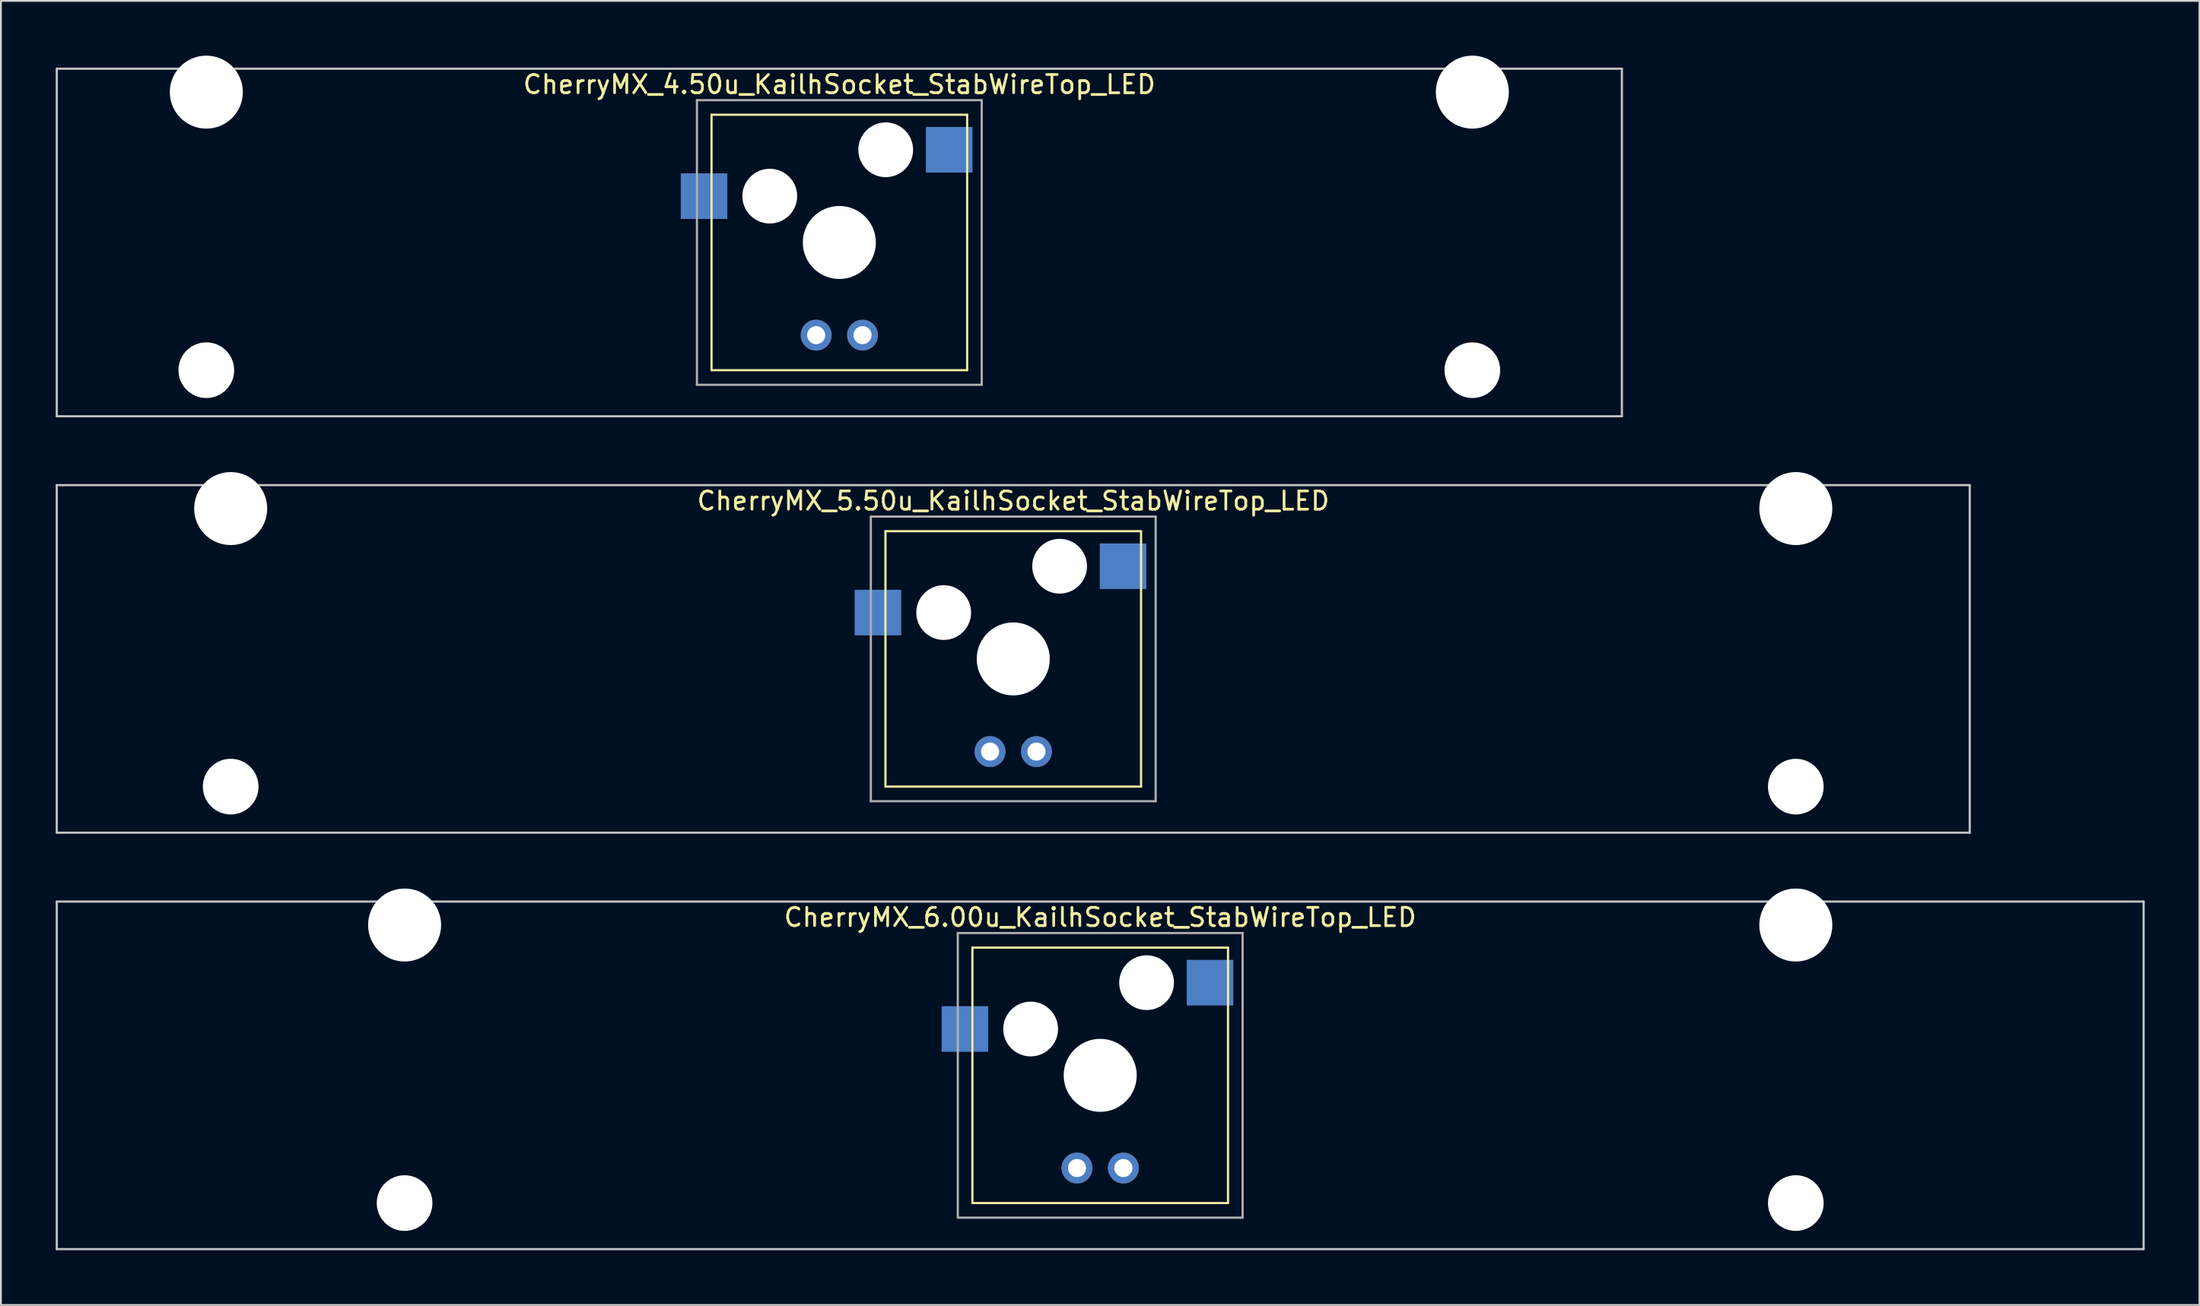
<source format=kicad_pcb>
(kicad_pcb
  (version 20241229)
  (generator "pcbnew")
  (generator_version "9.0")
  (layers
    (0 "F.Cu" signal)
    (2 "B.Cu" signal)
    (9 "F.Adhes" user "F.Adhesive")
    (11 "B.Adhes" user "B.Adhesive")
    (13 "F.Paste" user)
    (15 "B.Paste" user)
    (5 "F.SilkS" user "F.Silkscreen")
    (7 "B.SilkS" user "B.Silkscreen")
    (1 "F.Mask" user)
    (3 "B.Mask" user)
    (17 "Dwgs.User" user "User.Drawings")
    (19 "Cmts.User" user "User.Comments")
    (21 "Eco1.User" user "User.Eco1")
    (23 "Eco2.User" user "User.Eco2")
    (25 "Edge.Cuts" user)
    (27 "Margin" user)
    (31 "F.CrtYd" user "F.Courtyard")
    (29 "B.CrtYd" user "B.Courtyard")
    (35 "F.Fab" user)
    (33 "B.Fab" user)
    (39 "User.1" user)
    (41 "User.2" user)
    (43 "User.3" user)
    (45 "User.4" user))
  (footprint "CherryMX_4.50u_KailhSocket_StabWireTop_LED"
    (layer "F.Cu")
    (at 42.922 10.24)
    (property "Reference" "CherryMX_4.50u_KailhSocket_StabWireTop_LED" (at 0 -8.662 0) (layer "F.SilkS") (effects (font (size 1 1) (thickness 0.15))))
    (attr through_hole)
    (fp_line (start -7 -7) (end -7 7) (stroke (width 0.12) (type solid)) (layer "F.SilkS"))
    (fp_line (start -7 -7) (end 7 -7) (stroke (width 0.12) (type solid)) (layer "F.SilkS"))
    (fp_line (start 7 -7) (end 7 7) (stroke (width 0.12) (type solid)) (layer "F.SilkS"))
    (fp_line (start 7 7) (end -7 7) (stroke (width 0.12) (type solid)) (layer "F.SilkS"))
    (fp_line (start -42.862 -9.525) (end 42.862 -9.525) (stroke (width 0.12) (type solid)) (layer "Dwgs.User"))
    (fp_line (start -42.862 9.525) (end -42.862 -9.525) (stroke (width 0.12) (type solid)) (layer "Dwgs.User"))
    (fp_line (start 42.862 -9.525) (end 42.862 9.525) (stroke (width 0.12) (type solid)) (layer "Dwgs.User"))
    (fp_line (start 42.862 9.525) (end -42.862 9.525) (stroke (width 0.12) (type solid)) (layer "Dwgs.User"))
    (fp_line (start -7.8 -7.8) (end -7.8 7.8) (stroke (width 0.12) (type solid)) (layer "F.Fab"))
    (fp_line (start -7.8 -7.8) (end 7.8 -7.8) (stroke (width 0.12) (type solid)) (layer "F.Fab"))
    (fp_line (start -7.8 7.8) (end 7.8 7.8) (stroke (width 0.12) (type solid)) (layer "F.Fab"))
    (fp_line (start 7.8 -7.8) (end 7.8 7.8) (stroke (width 0.12) (type solid)) (layer "F.Fab"))
    (pad "" np_thru_hole circle (at -34.671 -8.24) (size 4 4) (drill 4) (layers "*.Cu" "*.Mask"))
    (pad "" np_thru_hole circle (at -34.671 7) (size 3.05 3.05) (drill 3.05) (layers "*.Cu" "*.Mask"))
    (pad "" np_thru_hole circle (at -3.81 -2.54) (size 3 3) (drill 3) (layers "*.Cu" "*.Mask"))
    (pad "" np_thru_hole circle (at 0 0) (size 4 4) (drill 4) (layers "*.Cu" "*.Mask"))
    (pad "" np_thru_hole circle (at 2.54 -5.08) (size 3 3) (drill 3) (layers "*.Cu" "*.Mask"))
    (pad "" np_thru_hole circle (at 34.671 -8.24) (size 4 4) (drill 4) (layers "*.Cu" "*.Mask"))
    (pad "" np_thru_hole circle (at 34.671 7) (size 3.05 3.05) (drill 3.05) (layers "*.Cu" "*.Mask"))
    (pad "1" smd rect (at -7.41 -2.54) (size 2.55 2.5) (layers "B.Cu" "B.Mask" "B.Paste"))
    (pad "2" smd rect (at 6.015 -5.08) (size 2.55 2.5) (layers "B.Cu" "B.Mask" "B.Paste"))
    (pad "3" thru_hole circle (at -1.27 5.08) (size 1.691 1.691) (drill 0.991) (layers "*.Cu" "*.Mask"))
    (pad "4" thru_hole circle (at 1.27 5.08) (size 1.691 1.691) (drill 0.991) (layers "*.Cu" "*.Mask")))
  (footprint "CherryMX_5.50u_KailhSocket_StabWireTop_LED"
    (layer "F.Cu")
    (at 52.447 33.065)
    (property "Reference" "CherryMX_5.50u_KailhSocket_StabWireTop_LED" (at 0 -8.662 0) (layer "F.SilkS") (effects (font (size 1 1) (thickness 0.15))))
    (attr through_hole)
    (fp_line (start -7 -7) (end -7 7) (stroke (width 0.12) (type solid)) (layer "F.SilkS"))
    (fp_line (start -7 -7) (end 7 -7) (stroke (width 0.12) (type solid)) (layer "F.SilkS"))
    (fp_line (start 7 -7) (end 7 7) (stroke (width 0.12) (type solid)) (layer "F.SilkS"))
    (fp_line (start 7 7) (end -7 7) (stroke (width 0.12) (type solid)) (layer "F.SilkS"))
    (fp_line (start -52.388 -9.525) (end 52.388 -9.525) (stroke (width 0.12) (type solid)) (layer "Dwgs.User"))
    (fp_line (start -52.388 9.525) (end -52.388 -9.525) (stroke (width 0.12) (type solid)) (layer "Dwgs.User"))
    (fp_line (start 52.388 -9.525) (end 52.388 9.525) (stroke (width 0.12) (type solid)) (layer "Dwgs.User"))
    (fp_line (start 52.388 9.525) (end -52.388 9.525) (stroke (width 0.12) (type solid)) (layer "Dwgs.User"))
    (fp_line (start -7.8 -7.8) (end -7.8 7.8) (stroke (width 0.12) (type solid)) (layer "F.Fab"))
    (fp_line (start -7.8 -7.8) (end 7.8 -7.8) (stroke (width 0.12) (type solid)) (layer "F.Fab"))
    (fp_line (start -7.8 7.8) (end 7.8 7.8) (stroke (width 0.12) (type solid)) (layer "F.Fab"))
    (fp_line (start 7.8 -7.8) (end 7.8 7.8) (stroke (width 0.12) (type solid)) (layer "F.Fab"))
    (pad "" np_thru_hole circle (at -42.862 -8.24) (size 4 4) (drill 4) (layers "*.Cu" "*.Mask"))
    (pad "" np_thru_hole circle (at -42.862 7) (size 3.05 3.05) (drill 3.05) (layers "*.Cu" "*.Mask"))
    (pad "" np_thru_hole circle (at -3.81 -2.54) (size 3 3) (drill 3) (layers "*.Cu" "*.Mask"))
    (pad "" np_thru_hole circle (at 0 0) (size 4 4) (drill 4) (layers "*.Cu" "*.Mask"))
    (pad "" np_thru_hole circle (at 2.54 -5.08) (size 3 3) (drill 3) (layers "*.Cu" "*.Mask"))
    (pad "" np_thru_hole circle (at 42.862 -8.24) (size 4 4) (drill 4) (layers "*.Cu" "*.Mask"))
    (pad "" np_thru_hole circle (at 42.862 7) (size 3.05 3.05) (drill 3.05) (layers "*.Cu" "*.Mask"))
    (pad "1" smd rect (at -7.41 -2.54) (size 2.55 2.5) (layers "B.Cu" "B.Mask" "B.Paste"))
    (pad "2" smd rect (at 6.015 -5.08) (size 2.55 2.5) (layers "B.Cu" "B.Mask" "B.Paste"))
    (pad "3" thru_hole circle (at -1.27 5.08) (size 1.691 1.691) (drill 0.991) (layers "*.Cu" "*.Mask"))
    (pad "4" thru_hole circle (at 1.27 5.08) (size 1.691 1.691) (drill 0.991) (layers "*.Cu" "*.Mask")))
  (footprint "CherryMX_6.00u_KailhSocket_StabWireTop_LED"
    (layer "F.Cu")
    (at 57.21 55.89)
    (property "Reference" "CherryMX_6.00u_KailhSocket_StabWireTop_LED" (at 0 -8.662 0) (layer "F.SilkS") (effects (font (size 1 1) (thickness 0.15))))
    (attr through_hole)
    (fp_line (start -7 -7) (end -7 7) (stroke (width 0.12) (type solid)) (layer "F.SilkS"))
    (fp_line (start -7 -7) (end 7 -7) (stroke (width 0.12) (type solid)) (layer "F.SilkS"))
    (fp_line (start 7 -7) (end 7 7) (stroke (width 0.12) (type solid)) (layer "F.SilkS"))
    (fp_line (start 7 7) (end -7 7) (stroke (width 0.12) (type solid)) (layer "F.SilkS"))
    (fp_line (start -57.15 -9.525) (end 57.15 -9.525) (stroke (width 0.12) (type solid)) (layer "Dwgs.User"))
    (fp_line (start -57.15 9.525) (end -57.15 -9.525) (stroke (width 0.12) (type solid)) (layer "Dwgs.User"))
    (fp_line (start 57.15 -9.525) (end 57.15 9.525) (stroke (width 0.12) (type solid)) (layer "Dwgs.User"))
    (fp_line (start 57.15 9.525) (end -57.15 9.525) (stroke (width 0.12) (type solid)) (layer "Dwgs.User"))
    (fp_line (start -7.8 -7.8) (end -7.8 7.8) (stroke (width 0.12) (type solid)) (layer "F.Fab"))
    (fp_line (start -7.8 -7.8) (end 7.8 -7.8) (stroke (width 0.12) (type solid)) (layer "F.Fab"))
    (fp_line (start -7.8 7.8) (end 7.8 7.8) (stroke (width 0.12) (type solid)) (layer "F.Fab"))
    (fp_line (start 7.8 -7.8) (end 7.8 7.8) (stroke (width 0.12) (type solid)) (layer "F.Fab"))
    (pad "" np_thru_hole circle (at -38.1 -8.24) (size 4 4) (drill 4) (layers "*.Cu" "*.Mask"))
    (pad "" np_thru_hole circle (at -38.1 7) (size 3.05 3.05) (drill 3.05) (layers "*.Cu" "*.Mask"))
    (pad "" np_thru_hole circle (at -3.81 -2.54) (size 3 3) (drill 3) (layers "*.Cu" "*.Mask"))
    (pad "" np_thru_hole circle (at 0 0) (size 4 4) (drill 4) (layers "*.Cu" "*.Mask"))
    (pad "" np_thru_hole circle (at 2.54 -5.08) (size 3 3) (drill 3) (layers "*.Cu" "*.Mask"))
    (pad "" np_thru_hole circle (at 38.1 -8.24) (size 4 4) (drill 4) (layers "*.Cu" "*.Mask"))
    (pad "" np_thru_hole circle (at 38.1 7) (size 3.05 3.05) (drill 3.05) (layers "*.Cu" "*.Mask"))
    (pad "1" smd rect (at -7.41 -2.54) (size 2.55 2.5) (layers "B.Cu" "B.Mask" "B.Paste"))
    (pad "2" smd rect (at 6.015 -5.08) (size 2.55 2.5) (layers "B.Cu" "B.Mask" "B.Paste"))
    (pad "3" thru_hole circle (at -1.27 5.08) (size 1.691 1.691) (drill 0.991) (layers "*.Cu" "*.Mask"))
    (pad "4" thru_hole circle (at 1.27 5.08) (size 1.691 1.691) (drill 0.991) (layers "*.Cu" "*.Mask")))
  (gr_rect
    (start -3 -3)
    (end 117.42 68.475)
    (stroke (width 0.1) (type default))
    (fill no)
    (layer "Edge.Cuts")))
</source>
